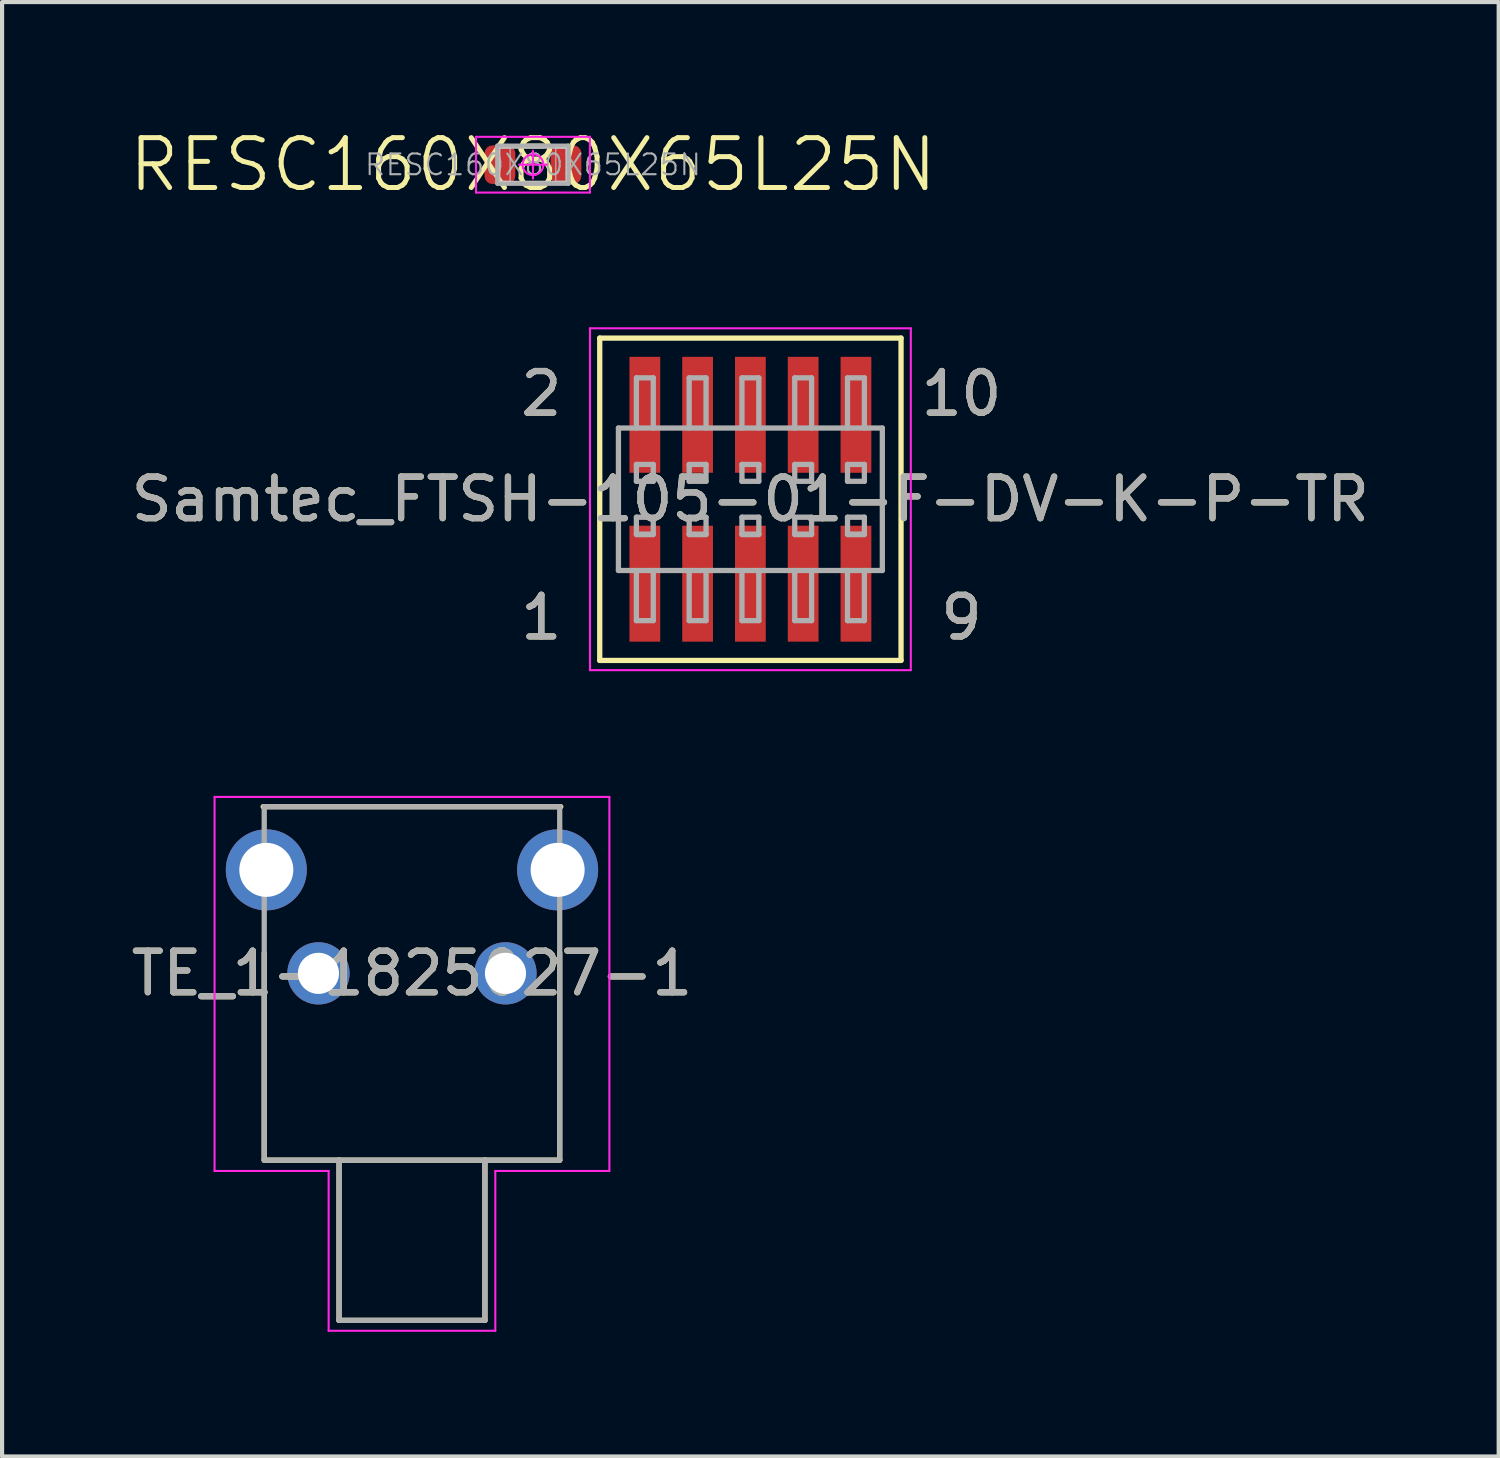
<source format=kicad_pcb>
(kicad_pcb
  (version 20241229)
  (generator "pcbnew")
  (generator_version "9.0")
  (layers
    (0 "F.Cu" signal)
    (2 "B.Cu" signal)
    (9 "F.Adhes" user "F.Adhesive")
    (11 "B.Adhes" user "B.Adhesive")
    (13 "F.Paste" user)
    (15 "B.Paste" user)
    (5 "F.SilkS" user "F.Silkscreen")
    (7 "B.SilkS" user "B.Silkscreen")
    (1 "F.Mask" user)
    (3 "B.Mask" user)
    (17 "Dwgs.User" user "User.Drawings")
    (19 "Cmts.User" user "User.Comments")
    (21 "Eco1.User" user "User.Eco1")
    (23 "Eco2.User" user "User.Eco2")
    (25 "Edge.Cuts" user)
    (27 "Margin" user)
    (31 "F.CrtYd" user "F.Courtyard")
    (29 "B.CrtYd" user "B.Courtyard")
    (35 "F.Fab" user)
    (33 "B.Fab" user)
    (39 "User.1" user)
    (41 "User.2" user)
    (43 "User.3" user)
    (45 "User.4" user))
  (footprint "RESC160X80X65L25N"
    (layer "F.Cu")
    (at 9.774 0.913)
    (property "Reference" "RESC160X80X65L25N" (at 0 0 0) (layer "F.SilkS") (effects (font (size 1.2 1.2) (thickness 0.12))))
    (attr smd)
    (fp_line (start -0.245 -0.45) (end 0.245 -0.45) (stroke (width 0.12) (type solid)) (layer "F.SilkS"))
    (fp_line (start -0.245 0.45) (end 0.245 0.45) (stroke (width 0.12) (type solid)) (layer "F.SilkS"))
    (fp_line (start -0.8 -0.4) (end -0.55 -0.4) (stroke (width 0.025) (type solid)) (layer "Dwgs.User"))
    (fp_line (start -0.8 -0.4) (end 0.8 -0.4) (stroke (width 0.025) (type solid)) (layer "Dwgs.User"))
    (fp_line (start -0.8 0.4) (end -0.8 -0.4) (stroke (width 0.025) (type solid)) (layer "Dwgs.User"))
    (fp_line (start -0.8 0.4) (end -0.8 -0.4) (stroke (width 0.025) (type solid)) (layer "Dwgs.User"))
    (fp_line (start -0.55 -0.4) (end -0.55 0.4) (stroke (width 0.025) (type solid)) (layer "Dwgs.User"))
    (fp_line (start -0.55 0.4) (end -0.8 0.4) (stroke (width 0.025) (type solid)) (layer "Dwgs.User"))
    (fp_line (start 0.55 -0.4) (end 0.8 -0.4) (stroke (width 0.025) (type solid)) (layer "Dwgs.User"))
    (fp_line (start 0.55 0.4) (end 0.55 -0.4) (stroke (width 0.025) (type solid)) (layer "Dwgs.User"))
    (fp_line (start 0.8 -0.4) (end 0.8 0.4) (stroke (width 0.025) (type solid)) (layer "Dwgs.User"))
    (fp_line (start 0.8 -0.4) (end 0.8 0.4) (stroke (width 0.025) (type solid)) (layer "Dwgs.User"))
    (fp_line (start 0.8 0.4) (end -0.8 0.4) (stroke (width 0.025) (type solid)) (layer "Dwgs.User"))
    (fp_line (start 0.8 0.4) (end 0.55 0.4) (stroke (width 0.025) (type solid)) (layer "Dwgs.User"))
    (fp_line (start -1.37 -0.67) (end 1.37 -0.67) (stroke (width 0.05) (type solid)) (layer "F.CrtYd"))
    (fp_line (start -1.37 0.67) (end -1.37 -0.67) (stroke (width 0.05) (type solid)) (layer "F.CrtYd"))
    (fp_line (start 0 -0.335) (end 0 0.335) (stroke (width 0.05) (type solid)) (layer "F.CrtYd"))
    (fp_line (start 0.335 0) (end -0.335 0) (stroke (width 0.05) (type solid)) (layer "F.CrtYd"))
    (fp_line (start 1.37 -0.67) (end 1.37 0.67) (stroke (width 0.05) (type solid)) (layer "F.CrtYd"))
    (fp_line (start 1.37 0.67) (end -1.37 0.67) (stroke (width 0.05) (type solid)) (layer "F.CrtYd"))
    (fp_circle (center 0 0) (end 0 0.25) (stroke (width 0.05) (type solid)) (fill no) (layer "F.CrtYd"))
    (fp_line (start -0.85 -0.45) (end 0.85 -0.45) (stroke (width 0.12) (type solid)) (layer "F.Fab"))
    (fp_line (start -0.85 0.45) (end -0.85 -0.45) (stroke (width 0.12) (type solid)) (layer "F.Fab"))
    (fp_line (start 0.85 -0.45) (end 0.85 0.45) (stroke (width 0.12) (type solid)) (layer "F.Fab"))
    (fp_line (start 0.85 0.45) (end -0.85 0.45) (stroke (width 0.12) (type solid)) (layer "F.Fab"))
    (fp_text user "${REFERENCE}" (at 0 0 0) (layer "F.Fab") (effects (font (size 0.5 0.5) (thickness 0.05))))
    (pad "1" smd roundrect (at -0.795 0) (size 0.74 0.93) (layers "F.Cu" "F.Mask" "F.Paste") (roundrect_rratio 0.257))
    (pad "2" smd roundrect (at 0.795 0) (size 0.74 0.93) (layers "F.Cu" "F.Mask" "F.Paste") (roundrect_rratio 0.257)))
  (footprint "Samtec_FTSH-105-01-F-DV-K-P-TR"
    (layer "F.Cu")
    (at 15.006 8.963)
    (property "Reference" "Samtec_FTSH-105-01-F-DV-K-P-TR" (at 0 0 0) (layer "F.SilkS") (effects (font (size 1 1) (thickness 0.15))))
    (attr smd)
    (fp_line (start -3.625 -3.878) (end -3.625 3.878) (stroke (width 0.127) (type solid)) (layer "F.SilkS"))
    (fp_line (start -3.625 3.878) (end 3.625 3.878) (stroke (width 0.127) (type solid)) (layer "F.SilkS"))
    (fp_line (start 3.625 -3.878) (end -3.625 -3.878) (stroke (width 0.127) (type solid)) (layer "F.SilkS"))
    (fp_line (start 3.625 3.878) (end 3.625 -3.878) (stroke (width 0.127) (type solid)) (layer "F.SilkS"))
    (fp_poly (pts (xy -2.91 -3.427) (xy -2.17 -3.427) (xy -2.17 -0.637) (xy -2.91 -0.637)) (stroke (width 0.01) (type solid)) (fill yes) (layer "F.Paste"))
    (fp_poly (pts (xy -2.91 0.637) (xy -2.17 0.637) (xy -2.17 3.427) (xy -2.91 3.427)) (stroke (width 0.01) (type solid)) (fill yes) (layer "F.Paste"))
    (fp_poly (pts (xy -1.64 -3.427) (xy -0.9 -3.427) (xy -0.9 -0.637) (xy -1.64 -0.637)) (stroke (width 0.01) (type solid)) (fill yes) (layer "F.Paste"))
    (fp_poly (pts (xy -1.64 0.637) (xy -0.9 0.637) (xy -0.9 3.427) (xy -1.64 3.427)) (stroke (width 0.01) (type solid)) (fill yes) (layer "F.Paste"))
    (fp_poly (pts (xy -0.37 -3.427) (xy 0.37 -3.427) (xy 0.37 -0.637) (xy -0.37 -0.637)) (stroke (width 0.01) (type solid)) (fill yes) (layer "F.Paste"))
    (fp_poly (pts (xy -0.37 0.637) (xy 0.37 0.637) (xy 0.37 3.427) (xy -0.37 3.427)) (stroke (width 0.01) (type solid)) (fill yes) (layer "F.Paste"))
    (fp_poly (pts (xy 0.9 -3.427) (xy 1.64 -3.427) (xy 1.64 -0.637) (xy 0.9 -0.637)) (stroke (width 0.01) (type solid)) (fill yes) (layer "F.Paste"))
    (fp_poly (pts (xy 0.9 0.637) (xy 1.64 0.637) (xy 1.64 3.427) (xy 0.9 3.427)) (stroke (width 0.01) (type solid)) (fill yes) (layer "F.Paste"))
    (fp_poly (pts (xy 2.17 -3.427) (xy 2.91 -3.427) (xy 2.91 -0.637) (xy 2.17 -0.637)) (stroke (width 0.01) (type solid)) (fill yes) (layer "F.Paste"))
    (fp_poly (pts (xy 2.17 0.637) (xy 2.91 0.637) (xy 2.91 3.427) (xy 2.17 3.427)) (stroke (width 0.01) (type solid)) (fill yes) (layer "F.Paste"))
    (fp_line (start -3.86 -4.113) (end 3.86 -4.113) (stroke (width 0.05) (type solid)) (layer "F.CrtYd"))
    (fp_line (start -3.86 4.113) (end -3.86 -4.113) (stroke (width 0.05) (type solid)) (layer "F.CrtYd"))
    (fp_line (start 3.86 -4.113) (end 3.86 4.113) (stroke (width 0.05) (type solid)) (layer "F.CrtYd"))
    (fp_line (start 3.86 4.113) (end -3.86 4.113) (stroke (width 0.05) (type solid)) (layer "F.CrtYd"))
    (fp_line (start -3.175 -1.714) (end -3.175 1.714) (stroke (width 0.127) (type solid)) (layer "F.Fab"))
    (fp_line (start -3.175 1.714) (end 3.175 1.714) (stroke (width 0.127) (type solid)) (layer "F.Fab"))
    (fp_line (start -2.743 -1.714) (end -2.743 -2.921) (stroke (width 0.127) (type solid)) (layer "F.Fab"))
    (fp_line (start -2.743 -0.432) (end -2.743 -0.838) (stroke (width 0.127) (type solid)) (layer "F.Fab"))
    (fp_line (start -2.743 0.838) (end -2.743 0.432) (stroke (width 0.127) (type solid)) (layer "F.Fab"))
    (fp_line (start -2.743 0.851) (end -2.337 0.851) (stroke (width 0.127) (type solid)) (layer "F.Fab"))
    (fp_line (start -2.743 2.921) (end -2.743 1.714) (stroke (width 0.127) (type solid)) (layer "F.Fab"))
    (fp_line (start -2.337 -2.921) (end -2.743 -2.921) (stroke (width 0.127) (type solid)) (layer "F.Fab"))
    (fp_line (start -2.337 -2.921) (end -2.337 -1.714) (stroke (width 0.127) (type solid)) (layer "F.Fab"))
    (fp_line (start -2.337 -0.838) (end -2.743 -0.838) (stroke (width 0.127) (type solid)) (layer "F.Fab"))
    (fp_line (start -2.337 -0.432) (end -2.743 -0.432) (stroke (width 0.127) (type solid)) (layer "F.Fab"))
    (fp_line (start -2.337 -0.432) (end -2.337 -0.838) (stroke (width 0.127) (type solid)) (layer "F.Fab"))
    (fp_line (start -2.337 0.432) (end -2.743 0.432) (stroke (width 0.127) (type solid)) (layer "F.Fab"))
    (fp_line (start -2.337 0.838) (end -2.743 0.838) (stroke (width 0.127) (type solid)) (layer "F.Fab"))
    (fp_line (start -2.337 0.838) (end -2.337 0.432) (stroke (width 0.127) (type solid)) (layer "F.Fab"))
    (fp_line (start -2.337 1.714) (end -2.337 2.921) (stroke (width 0.127) (type solid)) (layer "F.Fab"))
    (fp_line (start -2.337 2.921) (end -2.743 2.921) (stroke (width 0.127) (type solid)) (layer "F.Fab"))
    (fp_line (start -1.473 -1.714) (end -1.473 -2.921) (stroke (width 0.127) (type solid)) (layer "F.Fab"))
    (fp_line (start -1.473 -0.432) (end -1.473 -0.838) (stroke (width 0.127) (type solid)) (layer "F.Fab"))
    (fp_line (start -1.473 0.838) (end -1.473 0.432) (stroke (width 0.127) (type solid)) (layer "F.Fab"))
    (fp_line (start -1.473 0.851) (end -1.067 0.851) (stroke (width 0.127) (type solid)) (layer "F.Fab"))
    (fp_line (start -1.473 2.921) (end -1.473 1.714) (stroke (width 0.127) (type solid)) (layer "F.Fab"))
    (fp_line (start -1.067 -2.921) (end -1.473 -2.921) (stroke (width 0.127) (type solid)) (layer "F.Fab"))
    (fp_line (start -1.067 -2.921) (end -1.067 -1.714) (stroke (width 0.127) (type solid)) (layer "F.Fab"))
    (fp_line (start -1.067 -0.838) (end -1.473 -0.838) (stroke (width 0.127) (type solid)) (layer "F.Fab"))
    (fp_line (start -1.067 -0.432) (end -1.473 -0.432) (stroke (width 0.127) (type solid)) (layer "F.Fab"))
    (fp_line (start -1.067 -0.432) (end -1.067 -0.838) (stroke (width 0.127) (type solid)) (layer "F.Fab"))
    (fp_line (start -1.067 0.432) (end -1.473 0.432) (stroke (width 0.127) (type solid)) (layer "F.Fab"))
    (fp_line (start -1.067 0.838) (end -1.473 0.838) (stroke (width 0.127) (type solid)) (layer "F.Fab"))
    (fp_line (start -1.067 0.838) (end -1.067 0.432) (stroke (width 0.127) (type solid)) (layer "F.Fab"))
    (fp_line (start -1.067 1.714) (end -1.067 2.921) (stroke (width 0.127) (type solid)) (layer "F.Fab"))
    (fp_line (start -1.067 2.921) (end -1.473 2.921) (stroke (width 0.127) (type solid)) (layer "F.Fab"))
    (fp_line (start -0.203 -1.714) (end -0.203 -2.921) (stroke (width 0.127) (type solid)) (layer "F.Fab"))
    (fp_line (start -0.203 -0.432) (end -0.203 -0.838) (stroke (width 0.127) (type solid)) (layer "F.Fab"))
    (fp_line (start -0.203 0.838) (end -0.203 0.432) (stroke (width 0.127) (type solid)) (layer "F.Fab"))
    (fp_line (start -0.203 0.851) (end 0.203 0.851) (stroke (width 0.127) (type solid)) (layer "F.Fab"))
    (fp_line (start -0.203 2.921) (end -0.203 1.714) (stroke (width 0.127) (type solid)) (layer "F.Fab"))
    (fp_line (start 0.203 -2.921) (end -0.203 -2.921) (stroke (width 0.127) (type solid)) (layer "F.Fab"))
    (fp_line (start 0.203 -2.921) (end 0.203 -1.714) (stroke (width 0.127) (type solid)) (layer "F.Fab"))
    (fp_line (start 0.203 -0.838) (end -0.203 -0.838) (stroke (width 0.127) (type solid)) (layer "F.Fab"))
    (fp_line (start 0.203 -0.432) (end -0.203 -0.432) (stroke (width 0.127) (type solid)) (layer "F.Fab"))
    (fp_line (start 0.203 -0.432) (end 0.203 -0.838) (stroke (width 0.127) (type solid)) (layer "F.Fab"))
    (fp_line (start 0.203 0.432) (end -0.203 0.432) (stroke (width 0.127) (type solid)) (layer "F.Fab"))
    (fp_line (start 0.203 0.838) (end -0.203 0.838) (stroke (width 0.127) (type solid)) (layer "F.Fab"))
    (fp_line (start 0.203 0.838) (end 0.203 0.432) (stroke (width 0.127) (type solid)) (layer "F.Fab"))
    (fp_line (start 0.203 1.714) (end 0.203 2.921) (stroke (width 0.127) (type solid)) (layer "F.Fab"))
    (fp_line (start 0.203 2.921) (end -0.203 2.921) (stroke (width 0.127) (type solid)) (layer "F.Fab"))
    (fp_line (start 1.067 -1.714) (end 1.067 -2.921) (stroke (width 0.127) (type solid)) (layer "F.Fab"))
    (fp_line (start 1.067 -0.432) (end 1.067 -0.838) (stroke (width 0.127) (type solid)) (layer "F.Fab"))
    (fp_line (start 1.067 0.838) (end 1.067 0.432) (stroke (width 0.127) (type solid)) (layer "F.Fab"))
    (fp_line (start 1.067 0.851) (end 1.473 0.851) (stroke (width 0.127) (type solid)) (layer "F.Fab"))
    (fp_line (start 1.067 2.921) (end 1.067 1.714) (stroke (width 0.127) (type solid)) (layer "F.Fab"))
    (fp_line (start 1.473 -2.921) (end 1.067 -2.921) (stroke (width 0.127) (type solid)) (layer "F.Fab"))
    (fp_line (start 1.473 -2.921) (end 1.473 -1.714) (stroke (width 0.127) (type solid)) (layer "F.Fab"))
    (fp_line (start 1.473 -0.838) (end 1.067 -0.838) (stroke (width 0.127) (type solid)) (layer "F.Fab"))
    (fp_line (start 1.473 -0.432) (end 1.067 -0.432) (stroke (width 0.127) (type solid)) (layer "F.Fab"))
    (fp_line (start 1.473 -0.432) (end 1.473 -0.838) (stroke (width 0.127) (type solid)) (layer "F.Fab"))
    (fp_line (start 1.473 0.432) (end 1.067 0.432) (stroke (width 0.127) (type solid)) (layer "F.Fab"))
    (fp_line (start 1.473 0.838) (end 1.067 0.838) (stroke (width 0.127) (type solid)) (layer "F.Fab"))
    (fp_line (start 1.473 0.838) (end 1.473 0.432) (stroke (width 0.127) (type solid)) (layer "F.Fab"))
    (fp_line (start 1.473 1.714) (end 1.473 2.921) (stroke (width 0.127) (type solid)) (layer "F.Fab"))
    (fp_line (start 1.473 2.921) (end 1.067 2.921) (stroke (width 0.127) (type solid)) (layer "F.Fab"))
    (fp_line (start 2.337 -1.714) (end 2.337 -2.921) (stroke (width 0.127) (type solid)) (layer "F.Fab"))
    (fp_line (start 2.337 -0.432) (end 2.337 -0.838) (stroke (width 0.127) (type solid)) (layer "F.Fab"))
    (fp_line (start 2.337 0.838) (end 2.337 0.432) (stroke (width 0.127) (type solid)) (layer "F.Fab"))
    (fp_line (start 2.337 0.851) (end 2.743 0.851) (stroke (width 0.127) (type solid)) (layer "F.Fab"))
    (fp_line (start 2.337 2.921) (end 2.337 1.714) (stroke (width 0.127) (type solid)) (layer "F.Fab"))
    (fp_line (start 2.743 -2.921) (end 2.337 -2.921) (stroke (width 0.127) (type solid)) (layer "F.Fab"))
    (fp_line (start 2.743 -2.921) (end 2.743 -1.714) (stroke (width 0.127) (type solid)) (layer "F.Fab"))
    (fp_line (start 2.743 -0.838) (end 2.337 -0.838) (stroke (width 0.127) (type solid)) (layer "F.Fab"))
    (fp_line (start 2.743 -0.432) (end 2.337 -0.432) (stroke (width 0.127) (type solid)) (layer "F.Fab"))
    (fp_line (start 2.743 -0.432) (end 2.743 -0.838) (stroke (width 0.127) (type solid)) (layer "F.Fab"))
    (fp_line (start 2.743 0.432) (end 2.337 0.432) (stroke (width 0.127) (type solid)) (layer "F.Fab"))
    (fp_line (start 2.743 0.838) (end 2.337 0.838) (stroke (width 0.127) (type solid)) (layer "F.Fab"))
    (fp_line (start 2.743 0.838) (end 2.743 0.432) (stroke (width 0.127) (type solid)) (layer "F.Fab"))
    (fp_line (start 2.743 1.714) (end 2.743 2.921) (stroke (width 0.127) (type solid)) (layer "F.Fab"))
    (fp_line (start 2.743 2.921) (end 2.337 2.921) (stroke (width 0.127) (type solid)) (layer "F.Fab"))
    (fp_line (start 3.175 -1.714) (end -3.175 -1.714) (stroke (width 0.127) (type solid)) (layer "F.Fab"))
    (fp_line (start 3.175 1.714) (end 3.175 -1.714) (stroke (width 0.127) (type solid)) (layer "F.Fab"))
    (fp_text user "9" (at 5.08 2.845 0) (layer "F.SilkS") (effects (font (size 1 1) (thickness 0.15))))
    (fp_text user "10" (at 5.08 -2.54 0) (layer "F.SilkS") (effects (font (size 1 1) (thickness 0.15))))
    (fp_text user "1" (at -5.031 2.845 0) (layer "F.SilkS") (effects (font (size 1 1) (thickness 0.15))))
    (fp_text user "2" (at -5.031 -2.54 0) (layer "F.SilkS") (effects (font (size 1 1) (thickness 0.15))))
    (fp_text user "9" (at 5.08 2.845 0) (layer "F.Fab") (effects (font (size 1 1) (thickness 0.15))))
    (fp_text user "1" (at -5.031 2.845 0) (layer "F.Fab") (effects (font (size 1 1) (thickness 0.15))))
    (fp_text user "2" (at -5.031 -2.54 0) (layer "F.Fab") (effects (font (size 1 1) (thickness 0.15))))
    (fp_text user "${REFERENCE}" (at 0 0 0) (layer "F.Fab") (effects (font (size 1 1) (thickness 0.15))))
    (fp_text user "10" (at 5.08 -2.54 0) (layer "F.Fab") (effects (font (size 1 1) (thickness 0.15))))
    (pad "1" smd rect (at -2.54 2.032) (size 0.74 2.79) (layers "F.Cu" "F.Mask" "F.Paste"))
    (pad "2" smd rect (at -2.54 -2.032) (size 0.74 2.79) (layers "F.Cu" "F.Mask" "F.Paste"))
    (pad "3" smd rect (at -1.27 2.032) (size 0.74 2.79) (layers "F.Cu" "F.Mask" "F.Paste"))
    (pad "4" smd rect (at -1.27 -2.032) (size 0.74 2.79) (layers "F.Cu" "F.Mask" "F.Paste"))
    (pad "5" smd rect (at 0 2.032) (size 0.74 2.79) (layers "F.Cu" "F.Mask" "F.Paste"))
    (pad "6" smd rect (at 0 -2.032) (size 0.74 2.79) (layers "F.Cu" "F.Mask" "F.Paste"))
    (pad "7" smd rect (at 1.27 2.032) (size 0.74 2.79) (layers "F.Cu" "F.Mask" "F.Paste"))
    (pad "8" smd rect (at 1.27 -2.032) (size 0.74 2.79) (layers "F.Cu" "F.Mask" "F.Paste"))
    (pad "9" smd rect (at 2.54 2.032) (size 0.74 2.79) (layers "F.Cu" "F.Mask" "F.Paste"))
    (pad "10" smd rect (at 2.54 -2.032) (size 0.74 2.79) (layers "F.Cu" "F.Mask" "F.Paste")))
  (footprint "TE_1-1825027-1"
    (layer "F.Cu")
    (at 6.863 20.371)
    (property "Reference" "TE_1-1825027-1" (at 0 0 0) (layer "F.SilkS") (effects (font (size 1 1) (thickness 0.15))))
    (attr through_hole)
    (fp_line (start -3.58 -4.01) (end 3.58 -4.01) (stroke (width 0.127) (type solid)) (layer "F.SilkS"))
    (fp_line (start -3.555 4.495) (end -3.555 -0.485) (stroke (width 0.127) (type solid)) (layer "F.SilkS"))
    (fp_line (start -1.755 4.495) (end -3.555 4.495) (stroke (width 0.127) (type solid)) (layer "F.SilkS"))
    (fp_line (start -1.755 4.495) (end -1.755 8.35) (stroke (width 0.127) (type solid)) (layer "F.SilkS"))
    (fp_line (start -1.755 8.35) (end 1.755 8.35) (stroke (width 0.127) (type solid)) (layer "F.SilkS"))
    (fp_line (start 1.755 4.495) (end -1.755 4.495) (stroke (width 0.127) (type solid)) (layer "F.SilkS"))
    (fp_line (start 1.755 8.35) (end 1.755 4.495) (stroke (width 0.127) (type solid)) (layer "F.SilkS"))
    (fp_line (start 3.555 -0.5) (end 3.555 4.495) (stroke (width 0.127) (type solid)) (layer "F.SilkS"))
    (fp_line (start 3.555 4.495) (end 1.755 4.495) (stroke (width 0.127) (type solid)) (layer "F.SilkS"))
    (fp_line (start -4.75 -4.245) (end 4.75 -4.245) (stroke (width 0.05) (type solid)) (layer "F.CrtYd"))
    (fp_line (start -4.75 4.755) (end -4.75 -4.245) (stroke (width 0.05) (type solid)) (layer "F.CrtYd"))
    (fp_line (start -2.005 4.755) (end -4.75 4.755) (stroke (width 0.05) (type solid)) (layer "F.CrtYd"))
    (fp_line (start -2.005 8.6) (end -2.005 4.755) (stroke (width 0.05) (type solid)) (layer "F.CrtYd"))
    (fp_line (start 2.005 4.755) (end 2.005 8.6) (stroke (width 0.05) (type solid)) (layer "F.CrtYd"))
    (fp_line (start 2.005 8.6) (end -2.005 8.6) (stroke (width 0.05) (type solid)) (layer "F.CrtYd"))
    (fp_line (start 4.75 -4.245) (end 4.75 4.755) (stroke (width 0.05) (type solid)) (layer "F.CrtYd"))
    (fp_line (start 4.75 4.755) (end 2.005 4.755) (stroke (width 0.05) (type solid)) (layer "F.CrtYd"))
    (fp_line (start -3.555 -4.01) (end 3.555 -4.01) (stroke (width 0.127) (type solid)) (layer "F.Fab"))
    (fp_line (start -3.555 4.495) (end -3.555 -4.01) (stroke (width 0.127) (type solid)) (layer "F.Fab"))
    (fp_line (start -1.755 4.495) (end -3.555 4.495) (stroke (width 0.127) (type solid)) (layer "F.Fab"))
    (fp_line (start -1.755 4.495) (end -1.755 8.35) (stroke (width 0.127) (type solid)) (layer "F.Fab"))
    (fp_line (start -1.755 8.35) (end 1.755 8.35) (stroke (width 0.127) (type solid)) (layer "F.Fab"))
    (fp_line (start 1.755 4.495) (end -1.755 4.495) (stroke (width 0.127) (type solid)) (layer "F.Fab"))
    (fp_line (start 1.755 8.35) (end 1.755 4.495) (stroke (width 0.127) (type solid)) (layer "F.Fab"))
    (fp_line (start 3.555 -4.01) (end 3.555 4.495) (stroke (width 0.127) (type solid)) (layer "F.Fab"))
    (fp_line (start 3.555 4.495) (end 1.755 4.495) (stroke (width 0.127) (type solid)) (layer "F.Fab"))
    (fp_text user "${REFERENCE}" (at 0 0 0) (layer "F.Fab") (effects (font (size 1 1) (thickness 0.15))))
    (pad "1" thru_hole circle (at -2.25 0) (size 1.498 1.498) (drill 0.99) (layers "*.Cu" "*.Mask"))
    (pad "2" thru_hole circle (at 2.25 0) (size 1.498 1.498) (drill 0.99) (layers "*.Cu" "*.Mask"))
    (pad "S1" thru_hole circle (at -3.505 -2.49) (size 1.95 1.95) (drill 1.3) (layers "*.Cu" "*.Mask"))
    (pad "S2" thru_hole circle (at 3.505 -2.49) (size 1.95 1.95) (drill 1.3) (layers "*.Cu" "*.Mask")))
  (gr_rect
    (start -3 -3)
    (end 33.012 31.996)
    (stroke (width 0.1) (type default))
    (fill no)
    (layer "Edge.Cuts")))
</source>
